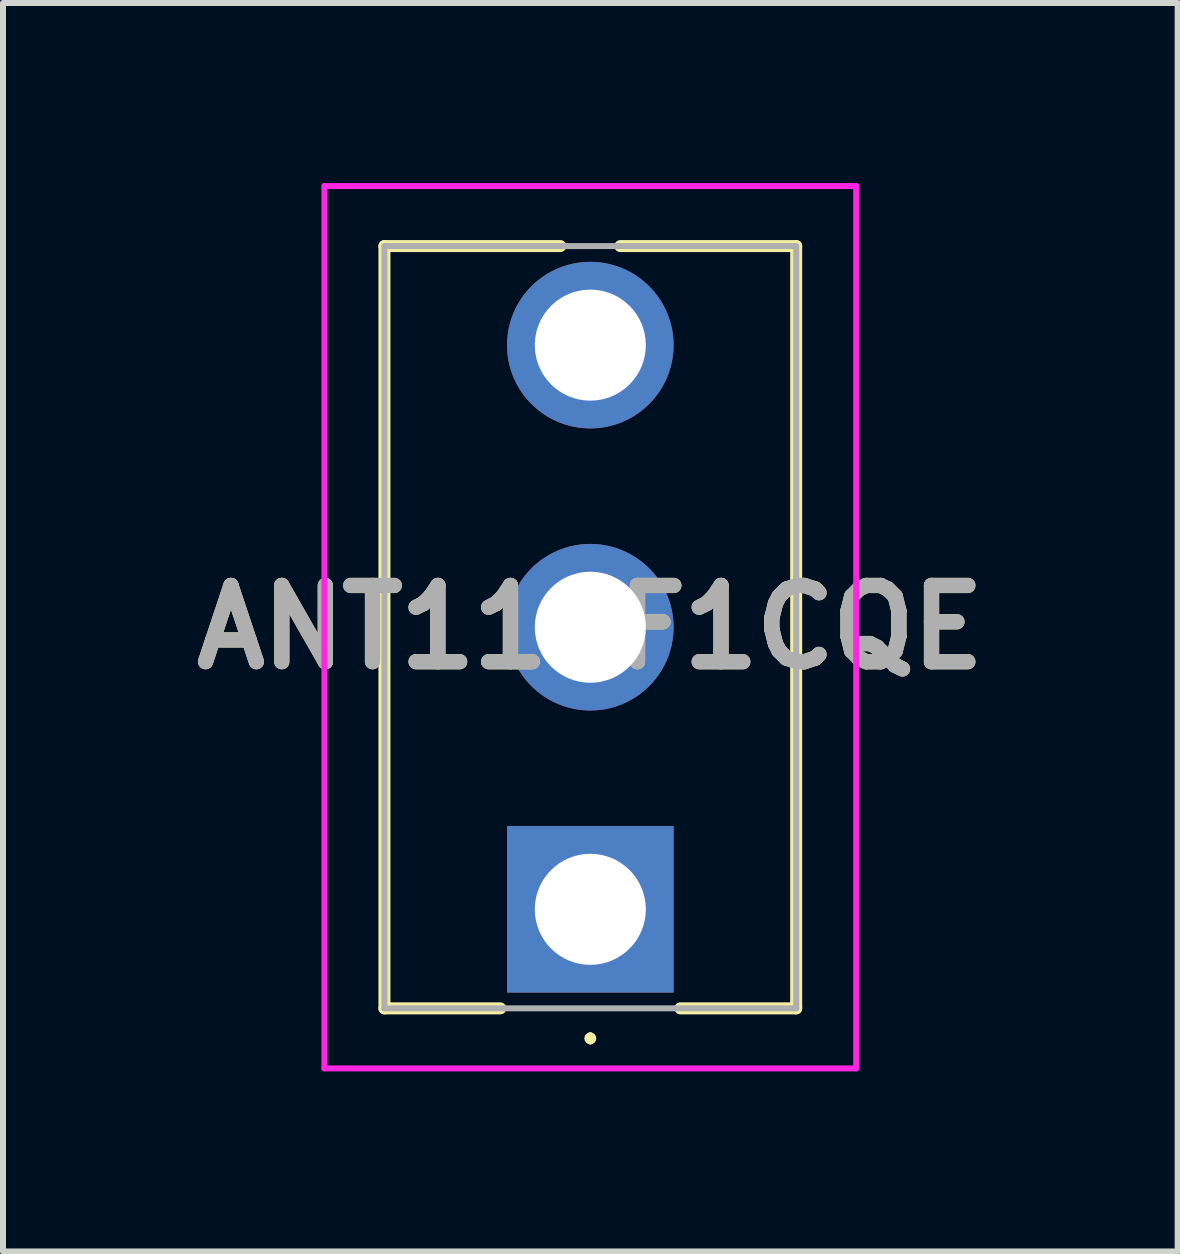
<source format=kicad_pcb>
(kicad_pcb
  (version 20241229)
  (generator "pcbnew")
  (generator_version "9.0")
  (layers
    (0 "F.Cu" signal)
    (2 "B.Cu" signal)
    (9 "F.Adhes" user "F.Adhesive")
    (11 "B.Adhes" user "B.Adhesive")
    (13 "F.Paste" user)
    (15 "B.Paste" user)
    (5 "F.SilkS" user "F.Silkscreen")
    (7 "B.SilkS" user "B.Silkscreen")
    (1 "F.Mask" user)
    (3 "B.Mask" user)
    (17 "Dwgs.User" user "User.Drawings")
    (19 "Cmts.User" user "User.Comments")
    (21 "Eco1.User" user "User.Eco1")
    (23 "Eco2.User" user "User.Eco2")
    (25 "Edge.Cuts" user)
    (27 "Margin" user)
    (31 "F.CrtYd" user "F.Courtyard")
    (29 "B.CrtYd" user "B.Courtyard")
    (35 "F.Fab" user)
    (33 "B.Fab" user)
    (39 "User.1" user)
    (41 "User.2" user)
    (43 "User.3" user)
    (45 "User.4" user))
  (footprint "ANT11SF1CQE"
    (layer "F.Cu")
    (at 6.785 12.1)
    (property "Reference" "ANT11SF1CQE" (at 0 -4.7 0) (layer "F.SilkS") (effects (font (size 1.27 1.27) (thickness 0.254))))
    (attr through_hole)
    (fp_line (start -3.43 -11.05) (end -0.5 -11.05) (stroke (width 0.2) (type solid)) (layer "F.SilkS"))
    (fp_line (start -3.43 1.65) (end -3.43 -11.05) (stroke (width 0.2) (type solid)) (layer "F.SilkS"))
    (fp_line (start -1.5 1.65) (end -3.43 1.65) (stroke (width 0.2) (type solid)) (layer "F.SilkS"))
    (fp_line (start 0 2.1) (end 0 2.1) (stroke (width 0.1) (type solid)) (layer "F.SilkS"))
    (fp_line (start 0 2.2) (end 0 2.2) (stroke (width 0.1) (type solid)) (layer "F.SilkS"))
    (fp_line (start 1.5 1.65) (end 3.43 1.65) (stroke (width 0.2) (type solid)) (layer "F.SilkS"))
    (fp_line (start 3.43 -11.05) (end 0.5 -11.05) (stroke (width 0.2) (type solid)) (layer "F.SilkS"))
    (fp_line (start 3.43 1.65) (end 3.43 -11.05) (stroke (width 0.2) (type solid)) (layer "F.SilkS"))
    (fp_arc (start 0 2.1) (mid 0.05 2.15) (end 0 2.2) (stroke (width 0.1) (type solid)) (layer "F.SilkS"))
    (fp_arc (start 0 2.2) (mid -0.05 2.15) (end 0 2.1) (stroke (width 0.1) (type solid)) (layer "F.SilkS"))
    (fp_line (start -4.43 -12.05) (end 4.43 -12.05) (stroke (width 0.1) (type solid)) (layer "F.CrtYd"))
    (fp_line (start -4.43 2.65) (end -4.43 -12.05) (stroke (width 0.1) (type solid)) (layer "F.CrtYd"))
    (fp_line (start 4.43 -12.05) (end 4.43 2.65) (stroke (width 0.1) (type solid)) (layer "F.CrtYd"))
    (fp_line (start 4.43 2.65) (end -4.43 2.65) (stroke (width 0.1) (type solid)) (layer "F.CrtYd"))
    (fp_line (start -3.43 -11.05) (end 3.43 -11.05) (stroke (width 0.1) (type solid)) (layer "F.Fab"))
    (fp_line (start -3.43 1.65) (end -3.43 -11.05) (stroke (width 0.1) (type solid)) (layer "F.Fab"))
    (fp_line (start 3.43 -11.05) (end 3.43 1.65) (stroke (width 0.1) (type solid)) (layer "F.Fab"))
    (fp_line (start 3.43 1.65) (end -3.43 1.65) (stroke (width 0.1) (type solid)) (layer "F.Fab"))
    (fp_text user "${REFERENCE}" (at 0 -4.7 0) (layer "F.Fab") (effects (font (size 1.27 1.27) (thickness 0.254))))
    (pad "1" thru_hole rect (at 0 0) (size 2.775 2.775) (drill 1.85) (layers "*.Cu" "*.Mask"))
    (pad "2" thru_hole circle (at 0 -4.7) (size 2.775 2.775) (drill 1.85) (layers "*.Cu" "*.Mask"))
    (pad "3" thru_hole circle (at 0 -9.4) (size 2.775 2.775) (drill 1.85) (layers "*.Cu" "*.Mask")))
  (gr_rect
    (start -3 -3)
    (end 16.571 17.8)
    (stroke (width 0.1) (type default))
    (fill no)
    (layer "Edge.Cuts")))
</source>
